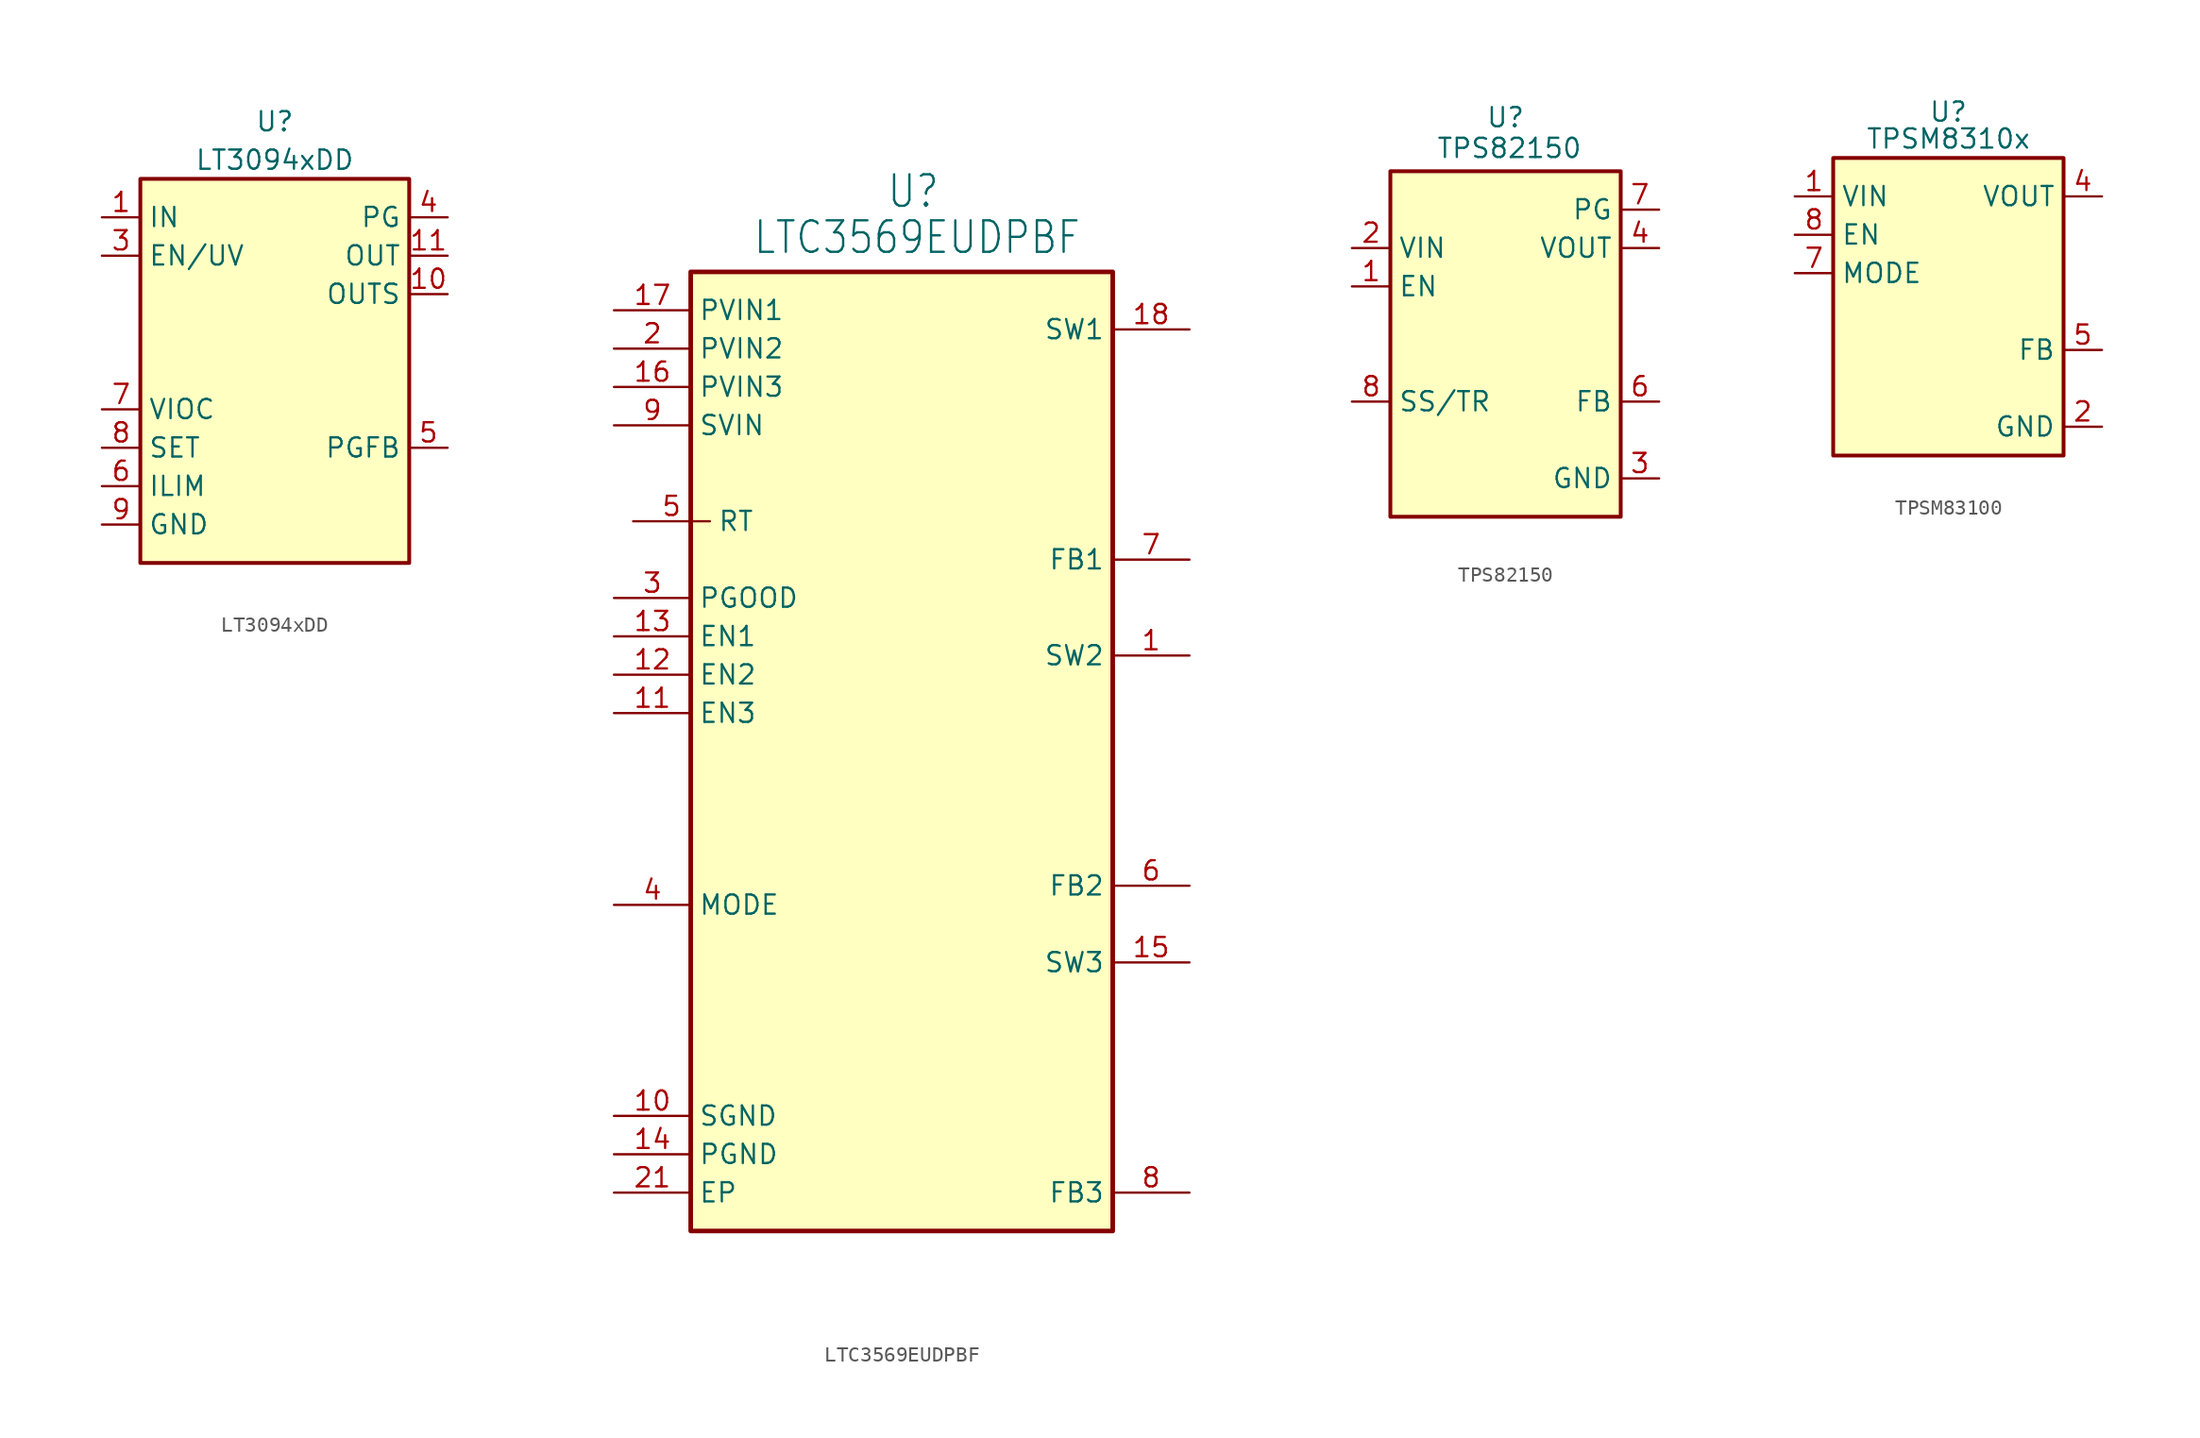
<source format=kicad_sym>
(kicad_symbol_lib
  (version 20231120)
  (generator "kicad_symbol_editor")
  (generator_version "8.0")
  (symbol "LT3094xDD"
    (property "Reference" "U"
      (at 0 3.048 0)
      (effects (font (size 1.27 1.27)) (justify bottom)))
    (property "Value" "LT3094xDD"
      (at 0 0.508 0)
      (effects (font (size 1.27 1.27)) (justify bottom)))
    (symbol "LT3094xDD_0_0"
      (pin passive line (at 11.43 -5.08 180) (length 2.54) hide (name "OUT" (effects (font (size 1.27 1.27)))) (number "12" (effects (font (size 1.27 1.27)))))
      (pin passive line (at -11.43 -2.54 0) (length 2.54) hide (name "IN" (effects (font (size 1.27 1.27)))) (number "13" (effects (font (size 1.27 1.27))))))
    (symbol "LT3094xDD_0_1"
      (rectangle (start -8.89 0) (end 8.89 -25.4) (stroke (width 0.254) (type default)) (fill (type background))))
    (symbol "LT3094xDD_1_1"
      (pin power_in line (at -11.43 -2.54 0) (length 2.54) (name "IN" (effects (font (size 1.27 1.27)))) (number "1" (effects (font (size 1.27 1.27)))))
      (pin input line (at 11.43 -7.62 180) (length 2.54) (name "OUTS" (effects (font (size 1.27 1.27)))) (number "10" (effects (font (size 1.27 1.27)))))
      (pin power_out line (at 11.43 -5.08 180) (length 2.54) (name "OUT" (effects (font (size 1.27 1.27)))) (number "11" (effects (font (size 1.27 1.27)))))
      (pin passive line (at -11.43 -2.54 0) (length 2.54) hide (name "IN" (effects (font (size 1.27 1.27)))) (number "2" (effects (font (size 1.27 1.27)))))
      (pin input line (at -11.43 -5.08 0) (length 2.54) (name "EN/UV" (effects (font (size 1.27 1.27)))) (number "3" (effects (font (size 1.27 1.27)))))
      (pin open_collector line (at 11.43 -2.54 180) (length 2.54) (name "PG" (effects (font (size 1.27 1.27)))) (number "4" (effects (font (size 1.27 1.27)))))
      (pin input line (at 11.43 -17.78 180) (length 2.54) (name "PGFB" (effects (font (size 1.27 1.27)))) (number "5" (effects (font (size 1.27 1.27)))))
      (pin passive line (at -11.43 -20.32 0) (length 2.54) (name "ILIM" (effects (font (size 1.27 1.27)))) (number "6" (effects (font (size 1.27 1.27)))))
      (pin passive line (at -11.43 -15.24 0) (length 2.54) (name "VIOC" (effects (font (size 1.27 1.27)))) (number "7" (effects (font (size 1.27 1.27)))))
      (pin passive line (at -11.43 -17.78 0) (length 2.54) (name "SET" (effects (font (size 1.27 1.27)))) (number "8" (effects (font (size 1.27 1.27)))))
      (pin passive line (at -11.43 -22.86 0) (length 2.54) (name "GND" (effects (font (size 1.27 1.27)))) (number "9" (effects (font (size 1.27 1.27)))))))
  (symbol "LTC3569EUDPBF"
    (property "Reference" "U"
      (at 0.762 37.084 0)
      (effects (font (size 2.086 1.773))))
    (property "Value" "LTC3569EUDPBF"
      (at 1.016 34.036 0)
      (effects (font (size 2.084 1.772))))
    (symbol "LTC3569EUDPBF_1_0"
      (pin power_out line (at 19.05 6.35 180) (length 5.08) (name "SW2" (effects (font (size 1.27 1.27)))) (number "1" (effects (font (size 1.27 1.27)))))
      (pin passive line (at -19.05 -24.13 0) (length 5.08) (name "SGND" (effects (font (size 1.27 1.27)))) (number "10" (effects (font (size 1.27 1.27)))))
      (pin input line (at -19.05 2.54 0) (length 5.08) (name "EN3" (effects (font (size 1.27 1.27)))) (number "11" (effects (font (size 1.27 1.27)))))
      (pin input line (at -19.05 5.08 0) (length 5.08) (name "EN2" (effects (font (size 1.27 1.27)))) (number "12" (effects (font (size 1.27 1.27)))))
      (pin input line (at -19.05 7.62 0) (length 5.08) (name "EN1" (effects (font (size 1.27 1.27)))) (number "13" (effects (font (size 1.27 1.27)))))
      (pin passive line (at -19.05 -26.67 0) (length 5.08) (name "PGND" (effects (font (size 1.27 1.27)))) (number "14" (effects (font (size 1.27 1.27)))))
      (pin power_out line (at 19.05 -13.97 180) (length 5.08) (name "SW3" (effects (font (size 1.27 1.27)))) (number "15" (effects (font (size 1.27 1.27)))))
      (pin power_in line (at -19.05 24.13 0) (length 5.08) (name "PVIN3" (effects (font (size 1.27 1.27)))) (number "16" (effects (font (size 1.27 1.27)))))
      (pin power_in line (at -19.05 29.21 0) (length 5.08) (name "PVIN1" (effects (font (size 1.27 1.27)))) (number "17" (effects (font (size 1.27 1.27)))))
      (pin power_out line (at 19.05 27.94 180) (length 5.08) (name "SW1" (effects (font (size 1.27 1.27)))) (number "18" (effects (font (size 1.27 1.27)))))
      (pin passive line (at -19.05 -26.67 0) (length 5.08) hide (name "PGND" (effects (font (size 1.27 1.27)))) (number "19" (effects (font (size 1.27 1.27)))))
      (pin power_in line (at -19.05 26.67 0) (length 5.08) (name "PVIN2" (effects (font (size 1.27 1.27)))) (number "2" (effects (font (size 1.27 1.27)))))
      (pin passive line (at -19.05 -26.67 0) (length 5.08) hide (name "PGND" (effects (font (size 1.27 1.27)))) (number "20" (effects (font (size 1.27 1.27)))))
      (pin passive line (at -19.05 -29.21 0) (length 5.08) (name "EP" (effects (font (size 1.27 1.27)))) (number "21" (effects (font (size 1.27 1.27)))))
      (pin output line (at -19.05 10.16 0) (length 5.08) (name "PGOOD" (effects (font (size 1.27 1.27)))) (number "3" (effects (font (size 1.27 1.27)))))
      (pin input line (at -19.05 -10.16 0) (length 5.08) (name "MODE" (effects (font (size 1.27 1.27)))) (number "4" (effects (font (size 1.27 1.27)))))
      (pin passive line (at -17.78 15.24 0) (length 5.08) (name "RT" (effects (font (size 1.27 1.27)))) (number "5" (effects (font (size 1.27 1.27)))))
      (pin input line (at 19.05 -8.89 180) (length 5.08) (name "FB2" (effects (font (size 1.27 1.27)))) (number "6" (effects (font (size 1.27 1.27)))))
      (pin input line (at 19.05 12.7 180) (length 5.08) (name "FB1" (effects (font (size 1.27 1.27)))) (number "7" (effects (font (size 1.27 1.27)))))
      (pin input line (at 19.05 -29.21 180) (length 5.08) (name "FB3" (effects (font (size 1.27 1.27)))) (number "8" (effects (font (size 1.27 1.27)))))
      (pin power_in line (at -19.05 21.59 0) (length 5.08) (name "SVIN" (effects (font (size 1.27 1.27)))) (number "9" (effects (font (size 1.27 1.27))))))
    (symbol "LTC3569EUDPBF_1_1"
      (rectangle (start -13.97 31.75) (end 13.97 -31.75) (stroke (width 0.305) (type default)) (fill (type background)))))
  (symbol "TPS82150"
    (property "Reference" "U"
      (at 0 13.716 0)
      (effects (font (size 1.27 1.27))))
    (property "Value" "TPS82150"
      (at 0.254 11.684 0)
      (effects (font (size 1.27 1.27))))
    (symbol "TPS82150_0_1"
      (rectangle (start -7.62 10.16) (end 7.62 -12.7) (stroke (width 0.254) (type default)) (fill (type background))))
    (symbol "TPS82150_1_1"
      (pin input line (at -10.16 2.54 0) (length 2.54) (name "EN" (effects (font (size 1.27 1.27)))) (number "1" (effects (font (size 1.27 1.27)))))
      (pin power_in line (at -10.16 5.08 0) (length 2.54) (name "VIN" (effects (font (size 1.27 1.27)))) (number "2" (effects (font (size 1.27 1.27)))))
      (pin passive line (at 10.16 -10.16 180) (length 2.54) (name "GND" (effects (font (size 1.27 1.27)))) (number "3" (effects (font (size 1.27 1.27)))))
      (pin power_out line (at 10.16 5.08 180) (length 2.54) (name "VOUT" (effects (font (size 1.27 1.27)))) (number "4" (effects (font (size 1.27 1.27)))))
      (pin passive line (at 10.16 5.08 180) (length 2.54) hide (name "VOUT" (effects (font (size 1.27 1.27)))) (number "5" (effects (font (size 1.27 1.27)))))
      (pin input line (at 10.16 -5.08 180) (length 2.54) (name "FB" (effects (font (size 1.27 1.27)))) (number "6" (effects (font (size 1.27 1.27)))))
      (pin open_collector line (at 10.16 7.62 180) (length 2.54) (name "PG" (effects (font (size 1.27 1.27)))) (number "7" (effects (font (size 1.27 1.27)))))
      (pin input line (at -10.16 -5.08 0) (length 2.54) (name "SS/TR" (effects (font (size 1.27 1.27)))) (number "8" (effects (font (size 1.27 1.27)))))
      (pin passive line (at 10.16 -10.16 180) (length 2.54) hide (name "GND" (effects (font (size 1.27 1.27)))) (number "9" (effects (font (size 1.27 1.27)))))))
  (symbol "TPSM83100"
    (property "Reference" "U"
      (at 0 3.048 0)
      (effects (font (size 1.27 1.27))))
    (property "Value" "TPSM8310x"
      (at 0 1.27 0)
      (effects (font (size 1.27 1.27))))
    (symbol "TPSM83100_0_1"
      (rectangle (start -7.62 0) (end 7.62 -19.685) (stroke (width 0.254) (type default)) (fill (type background))))
    (symbol "TPSM83100_1_1"
      (pin power_in line (at -10.16 -2.54 0) (length 2.54) (name "VIN" (effects (font (size 1.27 1.27)))) (number "1" (effects (font (size 1.27 1.27)))))
      (pin passive line (at 10.16 -17.78 180) (length 2.54) (name "GND" (effects (font (size 1.27 1.27)))) (number "2" (effects (font (size 1.27 1.27)))))
      (pin passive line (at 10.16 -17.78 180) (length 2.54) hide (name "GND" (effects (font (size 1.27 1.27)))) (number "3" (effects (font (size 1.27 1.27)))))
      (pin power_out line (at 10.16 -2.54 180) (length 2.54) (name "VOUT" (effects (font (size 1.27 1.27)))) (number "4" (effects (font (size 1.27 1.27)))))
      (pin input line (at 10.16 -12.7 180) (length 2.54) (name "FB" (effects (font (size 1.27 1.27)))) (number "5" (effects (font (size 1.27 1.27)))))
      (pin passive line (at 10.16 -17.78 180) (length 2.54) hide (name "GND" (effects (font (size 1.27 1.27)))) (number "6" (effects (font (size 1.27 1.27)))))
      (pin input line (at -10.16 -7.62 0) (length 2.54) (name "MODE" (effects (font (size 1.27 1.27)))) (number "7" (effects (font (size 1.27 1.27)))))
      (pin input line (at -10.16 -5.08 0) (length 2.54) (name "EN" (effects (font (size 1.27 1.27)))) (number "8" (effects (font (size 1.27 1.27))))))))
</source>
